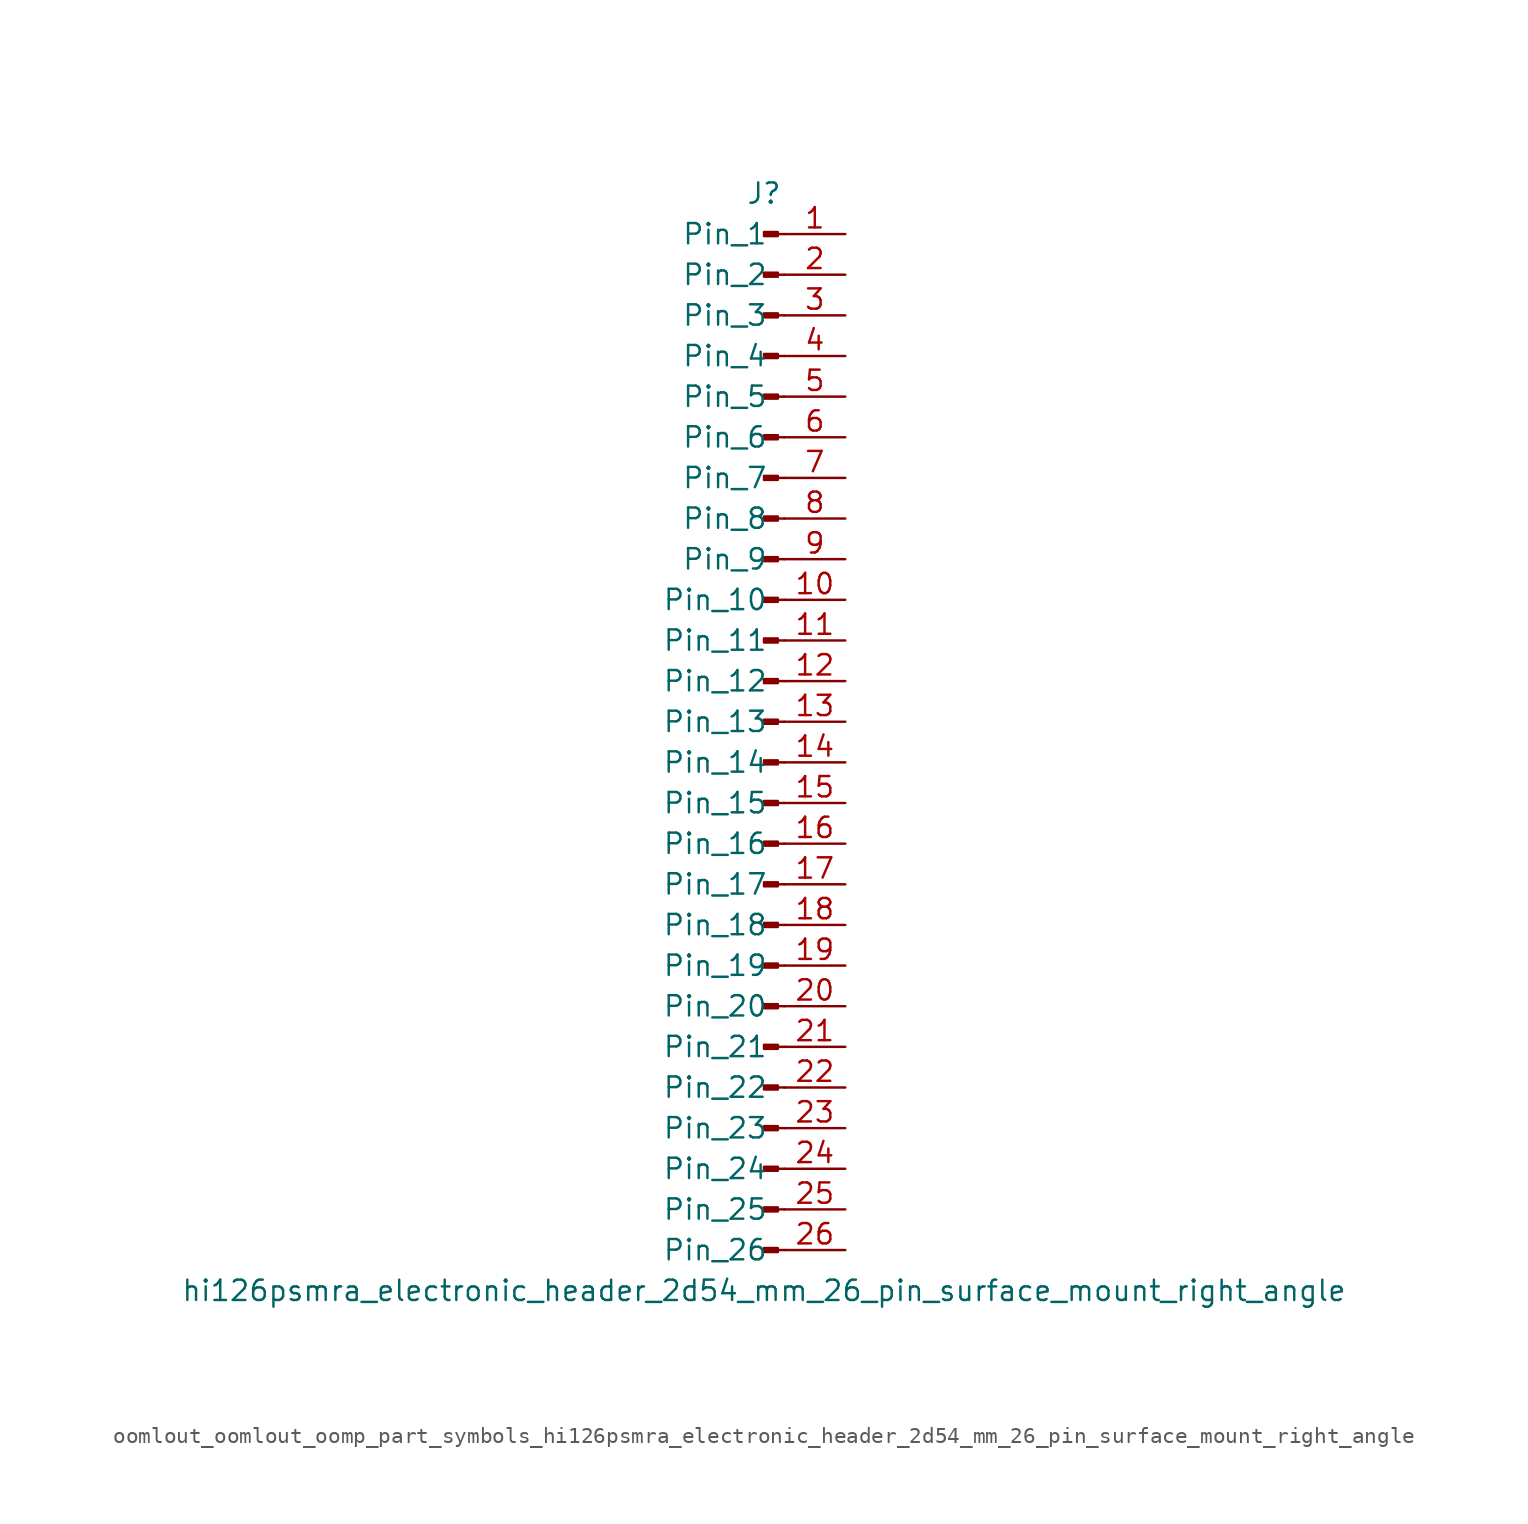
<source format=kicad_sym>
(kicad_symbol_lib
  (version 20220914)
  (generator kicad_symbol_editor)
  (symbol "oomlout_oomlout_oomp_part_symbols_hi126psmra_electronic_header_2d54_mm_26_pin_surface_mount_right_angle"
    (pin_names
      (offset 1.016))
    (property "Reference" "J"
      (at 0 33.02 0)
      (effects (font (size 1.27 1.27))))
    (property "Value" "hi126psmra_electronic_header_2d54_mm_26_pin_surface_mount_right_angle"
      (at 0 -35.56 0)
      (effects (font (size 1.27 1.27))))
    (property "ki_locked" ""
      (at 0 0 0)
      (effects (font (size 1.27 1.27))))
    (symbol "oomlout_oomlout_oomp_part_symbols_hi126psmra_electronic_header_2d54_mm_26_pin_surface_mount_right_angle_1_1"
      (polyline (pts (xy 1.27 -33.02) (xy 0.864 -33.02)) (stroke (width 0.152) (type default)) (fill (type none)))
      (polyline (pts (xy 1.27 -30.48) (xy 0.864 -30.48)) (stroke (width 0.152) (type default)) (fill (type none)))
      (polyline (pts (xy 1.27 -27.94) (xy 0.864 -27.94)) (stroke (width 0.152) (type default)) (fill (type none)))
      (polyline (pts (xy 1.27 -25.4) (xy 0.864 -25.4)) (stroke (width 0.152) (type default)) (fill (type none)))
      (polyline (pts (xy 1.27 -22.86) (xy 0.864 -22.86)) (stroke (width 0.152) (type default)) (fill (type none)))
      (polyline (pts (xy 1.27 -20.32) (xy 0.864 -20.32)) (stroke (width 0.152) (type default)) (fill (type none)))
      (polyline (pts (xy 1.27 -17.78) (xy 0.864 -17.78)) (stroke (width 0.152) (type default)) (fill (type none)))
      (polyline (pts (xy 1.27 -15.24) (xy 0.864 -15.24)) (stroke (width 0.152) (type default)) (fill (type none)))
      (polyline (pts (xy 1.27 -12.7) (xy 0.864 -12.7)) (stroke (width 0.152) (type default)) (fill (type none)))
      (polyline (pts (xy 1.27 -10.16) (xy 0.864 -10.16)) (stroke (width 0.152) (type default)) (fill (type none)))
      (polyline (pts (xy 1.27 -7.62) (xy 0.864 -7.62)) (stroke (width 0.152) (type default)) (fill (type none)))
      (polyline (pts (xy 1.27 -5.08) (xy 0.864 -5.08)) (stroke (width 0.152) (type default)) (fill (type none)))
      (polyline (pts (xy 1.27 -2.54) (xy 0.864 -2.54)) (stroke (width 0.152) (type default)) (fill (type none)))
      (polyline (pts (xy 1.27 0) (xy 0.864 0)) (stroke (width 0.152) (type default)) (fill (type none)))
      (polyline (pts (xy 1.27 2.54) (xy 0.864 2.54)) (stroke (width 0.152) (type default)) (fill (type none)))
      (polyline (pts (xy 1.27 5.08) (xy 0.864 5.08)) (stroke (width 0.152) (type default)) (fill (type none)))
      (polyline (pts (xy 1.27 7.62) (xy 0.864 7.62)) (stroke (width 0.152) (type default)) (fill (type none)))
      (polyline (pts (xy 1.27 10.16) (xy 0.864 10.16)) (stroke (width 0.152) (type default)) (fill (type none)))
      (polyline (pts (xy 1.27 12.7) (xy 0.864 12.7)) (stroke (width 0.152) (type default)) (fill (type none)))
      (polyline (pts (xy 1.27 15.24) (xy 0.864 15.24)) (stroke (width 0.152) (type default)) (fill (type none)))
      (polyline (pts (xy 1.27 17.78) (xy 0.864 17.78)) (stroke (width 0.152) (type default)) (fill (type none)))
      (polyline (pts (xy 1.27 20.32) (xy 0.864 20.32)) (stroke (width 0.152) (type default)) (fill (type none)))
      (polyline (pts (xy 1.27 22.86) (xy 0.864 22.86)) (stroke (width 0.152) (type default)) (fill (type none)))
      (polyline (pts (xy 1.27 25.4) (xy 0.864 25.4)) (stroke (width 0.152) (type default)) (fill (type none)))
      (polyline (pts (xy 1.27 27.94) (xy 0.864 27.94)) (stroke (width 0.152) (type default)) (fill (type none)))
      (polyline (pts (xy 1.27 30.48) (xy 0.864 30.48)) (stroke (width 0.152) (type default)) (fill (type none)))
      (rectangle (start 0.864 -32.893) (end 0 -33.147) (stroke (width 0.152) (type default)) (fill (type outline)))
      (rectangle (start 0.864 -30.353) (end 0 -30.607) (stroke (width 0.152) (type default)) (fill (type outline)))
      (rectangle (start 0.864 -27.813) (end 0 -28.067) (stroke (width 0.152) (type default)) (fill (type outline)))
      (rectangle (start 0.864 -25.273) (end 0 -25.527) (stroke (width 0.152) (type default)) (fill (type outline)))
      (rectangle (start 0.864 -22.733) (end 0 -22.987) (stroke (width 0.152) (type default)) (fill (type outline)))
      (rectangle (start 0.864 -20.193) (end 0 -20.447) (stroke (width 0.152) (type default)) (fill (type outline)))
      (rectangle (start 0.864 -17.653) (end 0 -17.907) (stroke (width 0.152) (type default)) (fill (type outline)))
      (rectangle (start 0.864 -15.113) (end 0 -15.367) (stroke (width 0.152) (type default)) (fill (type outline)))
      (rectangle (start 0.864 -12.573) (end 0 -12.827) (stroke (width 0.152) (type default)) (fill (type outline)))
      (rectangle (start 0.864 -10.033) (end 0 -10.287) (stroke (width 0.152) (type default)) (fill (type outline)))
      (rectangle (start 0.864 -7.493) (end 0 -7.747) (stroke (width 0.152) (type default)) (fill (type outline)))
      (rectangle (start 0.864 -4.953) (end 0 -5.207) (stroke (width 0.152) (type default)) (fill (type outline)))
      (rectangle (start 0.864 -2.413) (end 0 -2.667) (stroke (width 0.152) (type default)) (fill (type outline)))
      (rectangle (start 0.864 0.127) (end 0 -0.127) (stroke (width 0.152) (type default)) (fill (type outline)))
      (rectangle (start 0.864 2.667) (end 0 2.413) (stroke (width 0.152) (type default)) (fill (type outline)))
      (rectangle (start 0.864 5.207) (end 0 4.953) (stroke (width 0.152) (type default)) (fill (type outline)))
      (rectangle (start 0.864 7.747) (end 0 7.493) (stroke (width 0.152) (type default)) (fill (type outline)))
      (rectangle (start 0.864 10.287) (end 0 10.033) (stroke (width 0.152) (type default)) (fill (type outline)))
      (rectangle (start 0.864 12.827) (end 0 12.573) (stroke (width 0.152) (type default)) (fill (type outline)))
      (rectangle (start 0.864 15.367) (end 0 15.113) (stroke (width 0.152) (type default)) (fill (type outline)))
      (rectangle (start 0.864 17.907) (end 0 17.653) (stroke (width 0.152) (type default)) (fill (type outline)))
      (rectangle (start 0.864 20.447) (end 0 20.193) (stroke (width 0.152) (type default)) (fill (type outline)))
      (rectangle (start 0.864 22.987) (end 0 22.733) (stroke (width 0.152) (type default)) (fill (type outline)))
      (rectangle (start 0.864 25.527) (end 0 25.273) (stroke (width 0.152) (type default)) (fill (type outline)))
      (rectangle (start 0.864 28.067) (end 0 27.813) (stroke (width 0.152) (type default)) (fill (type outline)))
      (rectangle (start 0.864 30.607) (end 0 30.353) (stroke (width 0.152) (type default)) (fill (type outline)))
      (pin passive line (at 5.08 30.48 180) (length 3.81) (name "Pin_1" (effects (font (size 1.27 1.27)))) (number "1" (effects (font (size 1.27 1.27)))))
      (pin passive line (at 5.08 7.62 180) (length 3.81) (name "Pin_10" (effects (font (size 1.27 1.27)))) (number "10" (effects (font (size 1.27 1.27)))))
      (pin passive line (at 5.08 5.08 180) (length 3.81) (name "Pin_11" (effects (font (size 1.27 1.27)))) (number "11" (effects (font (size 1.27 1.27)))))
      (pin passive line (at 5.08 2.54 180) (length 3.81) (name "Pin_12" (effects (font (size 1.27 1.27)))) (number "12" (effects (font (size 1.27 1.27)))))
      (pin passive line (at 5.08 0 180) (length 3.81) (name "Pin_13" (effects (font (size 1.27 1.27)))) (number "13" (effects (font (size 1.27 1.27)))))
      (pin passive line (at 5.08 -2.54 180) (length 3.81) (name "Pin_14" (effects (font (size 1.27 1.27)))) (number "14" (effects (font (size 1.27 1.27)))))
      (pin passive line (at 5.08 -5.08 180) (length 3.81) (name "Pin_15" (effects (font (size 1.27 1.27)))) (number "15" (effects (font (size 1.27 1.27)))))
      (pin passive line (at 5.08 -7.62 180) (length 3.81) (name "Pin_16" (effects (font (size 1.27 1.27)))) (number "16" (effects (font (size 1.27 1.27)))))
      (pin passive line (at 5.08 -10.16 180) (length 3.81) (name "Pin_17" (effects (font (size 1.27 1.27)))) (number "17" (effects (font (size 1.27 1.27)))))
      (pin passive line (at 5.08 -12.7 180) (length 3.81) (name "Pin_18" (effects (font (size 1.27 1.27)))) (number "18" (effects (font (size 1.27 1.27)))))
      (pin passive line (at 5.08 -15.24 180) (length 3.81) (name "Pin_19" (effects (font (size 1.27 1.27)))) (number "19" (effects (font (size 1.27 1.27)))))
      (pin passive line (at 5.08 27.94 180) (length 3.81) (name "Pin_2" (effects (font (size 1.27 1.27)))) (number "2" (effects (font (size 1.27 1.27)))))
      (pin passive line (at 5.08 -17.78 180) (length 3.81) (name "Pin_20" (effects (font (size 1.27 1.27)))) (number "20" (effects (font (size 1.27 1.27)))))
      (pin passive line (at 5.08 -20.32 180) (length 3.81) (name "Pin_21" (effects (font (size 1.27 1.27)))) (number "21" (effects (font (size 1.27 1.27)))))
      (pin passive line (at 5.08 -22.86 180) (length 3.81) (name "Pin_22" (effects (font (size 1.27 1.27)))) (number "22" (effects (font (size 1.27 1.27)))))
      (pin passive line (at 5.08 -25.4 180) (length 3.81) (name "Pin_23" (effects (font (size 1.27 1.27)))) (number "23" (effects (font (size 1.27 1.27)))))
      (pin passive line (at 5.08 -27.94 180) (length 3.81) (name "Pin_24" (effects (font (size 1.27 1.27)))) (number "24" (effects (font (size 1.27 1.27)))))
      (pin passive line (at 5.08 -30.48 180) (length 3.81) (name "Pin_25" (effects (font (size 1.27 1.27)))) (number "25" (effects (font (size 1.27 1.27)))))
      (pin passive line (at 5.08 -33.02 180) (length 3.81) (name "Pin_26" (effects (font (size 1.27 1.27)))) (number "26" (effects (font (size 1.27 1.27)))))
      (pin passive line (at 5.08 25.4 180) (length 3.81) (name "Pin_3" (effects (font (size 1.27 1.27)))) (number "3" (effects (font (size 1.27 1.27)))))
      (pin passive line (at 5.08 22.86 180) (length 3.81) (name "Pin_4" (effects (font (size 1.27 1.27)))) (number "4" (effects (font (size 1.27 1.27)))))
      (pin passive line (at 5.08 20.32 180) (length 3.81) (name "Pin_5" (effects (font (size 1.27 1.27)))) (number "5" (effects (font (size 1.27 1.27)))))
      (pin passive line (at 5.08 17.78 180) (length 3.81) (name "Pin_6" (effects (font (size 1.27 1.27)))) (number "6" (effects (font (size 1.27 1.27)))))
      (pin passive line (at 5.08 15.24 180) (length 3.81) (name "Pin_7" (effects (font (size 1.27 1.27)))) (number "7" (effects (font (size 1.27 1.27)))))
      (pin passive line (at 5.08 12.7 180) (length 3.81) (name "Pin_8" (effects (font (size 1.27 1.27)))) (number "8" (effects (font (size 1.27 1.27)))))
      (pin passive line (at 5.08 10.16 180) (length 3.81) (name "Pin_9" (effects (font (size 1.27 1.27)))) (number "9" (effects (font (size 1.27 1.27))))))))
</source>
